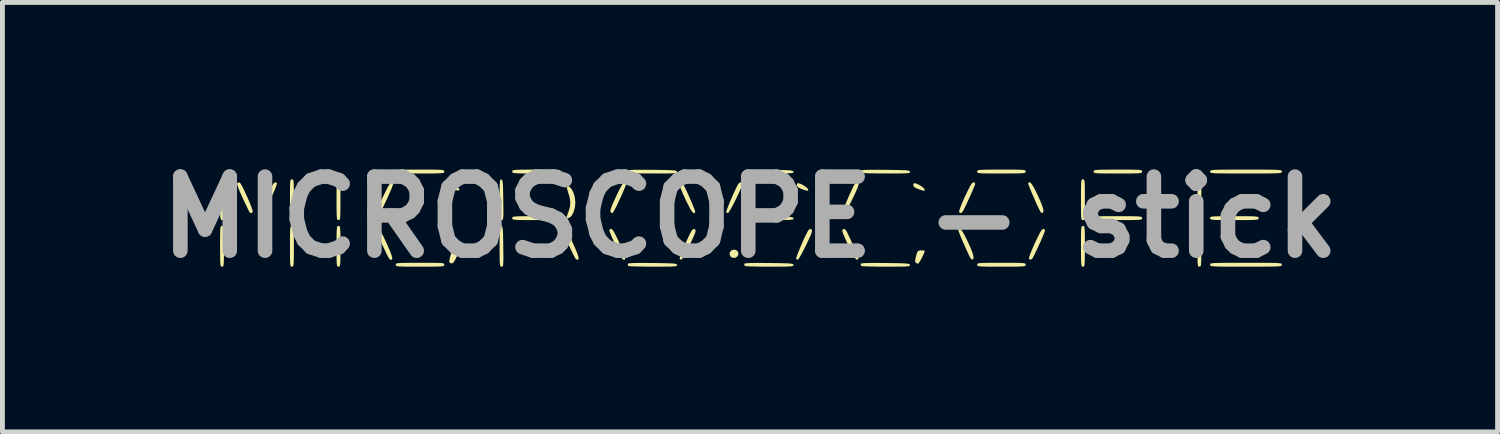
<source format=kicad_pcb>
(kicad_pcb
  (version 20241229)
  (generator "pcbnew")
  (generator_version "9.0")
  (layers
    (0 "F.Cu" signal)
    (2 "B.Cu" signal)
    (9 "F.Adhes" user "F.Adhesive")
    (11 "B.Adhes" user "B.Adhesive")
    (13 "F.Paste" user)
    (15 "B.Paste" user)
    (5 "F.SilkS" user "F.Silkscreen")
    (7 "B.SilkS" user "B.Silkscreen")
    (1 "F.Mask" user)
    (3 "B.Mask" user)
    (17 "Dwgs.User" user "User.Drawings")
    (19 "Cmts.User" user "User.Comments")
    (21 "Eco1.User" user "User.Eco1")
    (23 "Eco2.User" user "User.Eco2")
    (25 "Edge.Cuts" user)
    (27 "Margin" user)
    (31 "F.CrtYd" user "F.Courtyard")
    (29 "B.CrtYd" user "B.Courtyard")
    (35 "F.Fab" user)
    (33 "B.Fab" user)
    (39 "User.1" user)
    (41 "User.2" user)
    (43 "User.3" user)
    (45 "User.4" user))
  (footprint "MICROSCOPE - stick"
    (layer "F.Cu")
    (at 12.381 1.418)
    (property "Reference" "MICROSCOPE - stick" (at 0 0 0) (layer "F.Fab") (effects (font (size 1.524 1.524) (thickness 0.3))))
    (attr board_only exclude_from_pos_files exclude_from_bom)
    (fp_poly (pts (xy -0.287 0.676) (xy -0.248 0.711) (xy -0.239 0.757) (xy -0.255 0.801) (xy -0.293 0.832) (xy -0.329 0.839) (xy -0.375 0.828) (xy -0.395 0.815) (xy -0.421 0.768) (xy -0.415 0.722) (xy -0.385 0.685) (xy -0.338 0.667)) (stroke (width 0) (type solid)) (fill yes) (layer "F.SilkS"))
    (fp_poly (pts (xy -6.171 -0.688) (xy -6.122 -0.67) (xy -6.067 -0.643) (xy -6.017 -0.612) (xy -5.984 -0.585) (xy -5.977 -0.57) (xy -5.991 -0.552) (xy -6.022 -0.549) (xy -6.076 -0.564) (xy -6.125 -0.582) (xy -6.192 -0.614) (xy -6.226 -0.646) (xy -6.227 -0.674) (xy -6.201 -0.691)) (stroke (width 0) (type solid)) (fill yes) (layer "F.SilkS"))
    (fp_poly (pts (xy 1.032 -0.689) (xy 1.086 -0.663) (xy 1.139 -0.629) (xy 1.181 -0.595) (xy 1.198 -0.569) (xy 1.198 -0.568) (xy 1.196 -0.55) (xy 1.184 -0.543) (xy 1.155 -0.548) (xy 1.1 -0.566) (xy 1.068 -0.577) (xy 1.003 -0.606) (xy 0.97 -0.635) (xy 0.962 -0.656) (xy 0.967 -0.691) (xy 0.99 -0.699)) (stroke (width 0) (type solid)) (fill yes) (layer "F.SilkS"))
    (fp_poly (pts (xy 3.428 -0.689) (xy 3.482 -0.663) (xy 3.536 -0.629) (xy 3.577 -0.595) (xy 3.594 -0.569) (xy 3.594 -0.568) (xy 3.592 -0.55) (xy 3.581 -0.543) (xy 3.551 -0.548) (xy 3.496 -0.566) (xy 3.465 -0.577) (xy 3.399 -0.606) (xy 3.366 -0.635) (xy 3.358 -0.656) (xy 3.363 -0.691) (xy 3.387 -0.699)) (stroke (width 0) (type solid)) (fill yes) (layer "F.SilkS"))
    (fp_poly (pts (xy -6.018 0.682) (xy -5.997 0.695) (xy -5.998 0.726) (xy -6.019 0.78) (xy -6.047 0.838) (xy -6.083 0.905) (xy -6.111 0.941) (xy -6.138 0.952) (xy -6.165 0.945) (xy -6.183 0.932) (xy -6.189 0.906) (xy -6.181 0.86) (xy -6.16 0.784) (xy -6.16 0.782) (xy -6.14 0.723) (xy -6.122 0.692) (xy -6.095 0.68) (xy -6.06 0.679)) (stroke (width 0) (type solid)) (fill yes) (layer "F.SilkS"))
    (fp_poly (pts (xy 3.571 0.684) (xy 3.594 0.695) (xy 3.594 0.698) (xy 3.586 0.728) (xy 3.564 0.778) (xy 3.535 0.837) (xy 3.504 0.894) (xy 3.477 0.938) (xy 3.46 0.958) (xy 3.459 0.958) (xy 3.431 0.948) (xy 3.415 0.939) (xy 3.4 0.924) (xy 3.396 0.899) (xy 3.404 0.853) (xy 3.415 0.805) (xy 3.433 0.74) (xy 3.449 0.705) (xy 3.473 0.689) (xy 3.512 0.683) (xy 3.519 0.683)) (stroke (width 0) (type solid)) (fill yes) (layer "F.SilkS"))
    (fp_poly (pts (xy -3.718 -0.627) (xy -3.67 -0.578) (xy -3.631 -0.5) (xy -3.604 -0.404) (xy -3.594 -0.3) (xy -3.603 -0.202) (xy -3.627 -0.113) (xy -3.662 -0.041) (xy -3.704 0.005) (xy -3.732 0.016) (xy -3.765 0.015) (xy -3.774 0.006) (xy -3.767 -0.02) (xy -3.75 -0.071) (xy -3.734 -0.115) (xy -3.703 -0.221) (xy -3.697 -0.321) (xy -3.716 -0.428) (xy -3.738 -0.494) (xy -3.762 -0.575) (xy -3.767 -0.623) (xy -3.751 -0.639)) (stroke (width 0) (type solid)) (fill yes) (layer "F.SilkS"))
    (fp_poly (pts (xy 4.329 0.246) (xy 4.361 0.28) (xy 4.4 0.345) (xy 4.451 0.444) (xy 4.475 0.494) (xy 4.537 0.629) (xy 4.577 0.731) (xy 4.597 0.805) (xy 4.598 0.851) (xy 4.579 0.873) (xy 4.552 0.864) (xy 4.535 0.843) (xy 4.502 0.778) (xy 4.464 0.696) (xy 4.422 0.605) (xy 4.381 0.511) (xy 4.343 0.422) (xy 4.313 0.346) (xy 4.292 0.289) (xy 4.284 0.26) (xy 4.284 0.258) (xy 4.305 0.239)) (stroke (width 0) (type solid)) (fill yes) (layer "F.SilkS"))
    (fp_poly (pts (xy 5.767 -0.713) (xy 5.798 -0.678) (xy 5.838 -0.613) (xy 5.889 -0.514) (xy 5.913 -0.464) (xy 5.974 -0.33) (xy 6.015 -0.227) (xy 6.035 -0.154) (xy 6.035 -0.107) (xy 6.017 -0.086) (xy 5.99 -0.094) (xy 5.973 -0.115) (xy 5.94 -0.18) (xy 5.901 -0.262) (xy 5.86 -0.354) (xy 5.819 -0.448) (xy 5.781 -0.537) (xy 5.75 -0.613) (xy 5.729 -0.669) (xy 5.722 -0.698) (xy 5.722 -0.7) (xy 5.742 -0.719)) (stroke (width 0) (type solid)) (fill yes) (layer "F.SilkS"))
    (fp_poly (pts (xy 8.249 -0.63) (xy 8.276 -0.607) (xy 8.337 -0.519) (xy 8.373 -0.411) (xy 8.383 -0.292) (xy 8.365 -0.172) (xy 8.321 -0.063) (xy 8.303 -0.035) (xy 8.266 0.004) (xy 8.232 0.019) (xy 8.211 0.009) (xy 8.207 -0.007) (xy 8.214 -0.042) (xy 8.23 -0.097) (xy 8.239 -0.122) (xy 8.264 -0.233) (xy 8.268 -0.351) (xy 8.249 -0.46) (xy 8.239 -0.488) (xy 8.214 -0.562) (xy 8.208 -0.612) (xy 8.22 -0.636)) (stroke (width 0) (type solid)) (fill yes) (layer "F.SilkS"))
    (fp_poly (pts (xy -1.384 -0.694) (xy -1.359 -0.649) (xy -1.325 -0.581) (xy -1.286 -0.498) (xy -1.245 -0.407) (xy -1.206 -0.316) (xy -1.171 -0.233) (xy -1.144 -0.165) (xy -1.129 -0.12) (xy -1.127 -0.106) (xy -1.143 -0.082) (xy -1.165 -0.085) (xy -1.195 -0.117) (xy -1.234 -0.179) (xy -1.284 -0.276) (xy -1.325 -0.36) (xy -1.371 -0.46) (xy -1.41 -0.549) (xy -1.439 -0.621) (xy -1.455 -0.668) (xy -1.458 -0.68) (xy -1.444 -0.711) (xy -1.414 -0.717)) (stroke (width 0) (type solid)) (fill yes) (layer "F.SilkS"))
    (fp_poly (pts (xy 1.97 0.265) (xy 1.996 0.31) (xy 2.029 0.378) (xy 2.068 0.461) (xy 2.109 0.552) (xy 2.149 0.643) (xy 2.184 0.726) (xy 2.211 0.794) (xy 2.226 0.839) (xy 2.228 0.852) (xy 2.212 0.876) (xy 2.19 0.873) (xy 2.16 0.842) (xy 2.121 0.779) (xy 2.071 0.683) (xy 2.03 0.598) (xy 1.984 0.498) (xy 1.945 0.409) (xy 1.916 0.338) (xy 1.899 0.291) (xy 1.897 0.279) (xy 1.911 0.247) (xy 1.941 0.241)) (stroke (width 0) (type solid)) (fill yes) (layer "F.SilkS"))
    (fp_poly (pts (xy -9.738 -0.703) (xy -9.734 -0.693) (xy -9.739 -0.669) (xy -9.758 -0.617) (xy -9.787 -0.544) (xy -9.824 -0.457) (xy -9.864 -0.366) (xy -9.905 -0.276) (xy -9.943 -0.196) (xy -9.974 -0.134) (xy -9.991 -0.105) (xy -10.021 -0.081) (xy -10.049 -0.095) (xy -10.057 -0.111) (xy -10.06 -0.127) (xy -10.055 -0.154) (xy -10.042 -0.194) (xy -10.018 -0.253) (xy -9.981 -0.335) (xy -9.931 -0.446) (xy -9.885 -0.544) (xy -9.835 -0.641) (xy -9.794 -0.7) (xy -9.762 -0.721)) (stroke (width 0) (type solid)) (fill yes) (layer "F.SilkS"))
    (fp_poly (pts (xy -7.632 0.249) (xy -7.608 0.278) (xy -7.576 0.333) (xy -7.533 0.417) (xy -7.48 0.531) (xy -7.424 0.656) (xy -7.386 0.75) (xy -7.365 0.815) (xy -7.361 0.856) (xy -7.371 0.875) (xy -7.385 0.879) (xy -7.413 0.865) (xy -7.424 0.854) (xy -7.442 0.823) (xy -7.472 0.766) (xy -7.509 0.689) (xy -7.55 0.601) (xy -7.591 0.509) (xy -7.629 0.422) (xy -7.661 0.348) (xy -7.681 0.295) (xy -7.688 0.271) (xy -7.671 0.245) (xy -7.651 0.24)) (stroke (width 0) (type solid)) (fill yes) (layer "F.SilkS"))
    (fp_poly (pts (xy -7.347 -0.711) (xy -7.339 -0.7) (xy -7.343 -0.676) (xy -7.362 -0.624) (xy -7.391 -0.551) (xy -7.429 -0.465) (xy -7.47 -0.373) (xy -7.513 -0.283) (xy -7.553 -0.201) (xy -7.587 -0.136) (xy -7.612 -0.096) (xy -7.622 -0.085) (xy -7.651 -0.092) (xy -7.658 -0.1) (xy -7.665 -0.12) (xy -7.663 -0.15) (xy -7.65 -0.194) (xy -7.625 -0.258) (xy -7.585 -0.348) (xy -7.529 -0.466) (xy -7.474 -0.579) (xy -7.43 -0.657) (xy -7.396 -0.704) (xy -7.369 -0.72)) (stroke (width 0) (type solid)) (fill yes) (layer "F.SilkS"))
    (fp_poly (pts (xy -3.798 0.249) (xy -3.774 0.278) (xy -3.742 0.333) (xy -3.699 0.417) (xy -3.646 0.531) (xy -3.59 0.656) (xy -3.552 0.75) (xy -3.531 0.815) (xy -3.527 0.856) (xy -3.537 0.875) (xy -3.551 0.879) (xy -3.579 0.865) (xy -3.59 0.854) (xy -3.608 0.823) (xy -3.638 0.766) (xy -3.675 0.689) (xy -3.716 0.601) (xy -3.757 0.509) (xy -3.795 0.422) (xy -3.827 0.348) (xy -3.847 0.295) (xy -3.854 0.271) (xy -3.837 0.245) (xy -3.817 0.24)) (stroke (width 0) (type solid)) (fill yes) (layer "F.SilkS"))
    (fp_poly (pts (xy -2.839 0.249) (xy -2.815 0.278) (xy -2.783 0.333) (xy -2.741 0.417) (xy -2.687 0.531) (xy -2.631 0.656) (xy -2.593 0.75) (xy -2.573 0.815) (xy -2.568 0.856) (xy -2.579 0.875) (xy -2.593 0.879) (xy -2.62 0.865) (xy -2.631 0.854) (xy -2.65 0.823) (xy -2.679 0.766) (xy -2.716 0.689) (xy -2.757 0.601) (xy -2.799 0.509) (xy -2.837 0.422) (xy -2.868 0.348) (xy -2.889 0.295) (xy -2.895 0.271) (xy -2.879 0.245) (xy -2.858 0.24)) (stroke (width 0) (type solid)) (fill yes) (layer "F.SilkS"))
    (fp_poly (pts (xy -2.555 -0.711) (xy -2.547 -0.7) (xy -2.551 -0.676) (xy -2.569 -0.624) (xy -2.599 -0.551) (xy -2.636 -0.465) (xy -2.678 -0.373) (xy -2.72 -0.283) (xy -2.76 -0.201) (xy -2.795 -0.136) (xy -2.819 -0.096) (xy -2.829 -0.085) (xy -2.859 -0.092) (xy -2.866 -0.1) (xy -2.872 -0.12) (xy -2.87 -0.15) (xy -2.857 -0.194) (xy -2.832 -0.258) (xy -2.792 -0.348) (xy -2.737 -0.466) (xy -2.682 -0.579) (xy -2.638 -0.657) (xy -2.604 -0.704) (xy -2.577 -0.72)) (stroke (width 0) (type solid)) (fill yes) (layer "F.SilkS"))
    (fp_poly (pts (xy 4.627 -0.705) (xy 4.633 -0.688) (xy 4.625 -0.66) (xy 4.603 -0.604) (xy 4.571 -0.528) (xy 4.532 -0.44) (xy 4.49 -0.349) (xy 4.45 -0.261) (xy 4.413 -0.186) (xy 4.385 -0.131) (xy 4.369 -0.105) (xy 4.335 -0.081) (xy 4.308 -0.096) (xy 4.301 -0.109) (xy 4.305 -0.137) (xy 4.324 -0.193) (xy 4.355 -0.272) (xy 4.396 -0.366) (xy 4.424 -0.429) (xy 4.48 -0.545) (xy 4.522 -0.628) (xy 4.555 -0.682) (xy 4.579 -0.711) (xy 4.596 -0.719)) (stroke (width 0) (type solid)) (fill yes) (layer "F.SilkS"))
    (fp_poly (pts (xy 6.064 0.254) (xy 6.07 0.271) (xy 6.062 0.299) (xy 6.04 0.355) (xy 6.008 0.43) (xy 5.97 0.518) (xy 5.928 0.61) (xy 5.887 0.697) (xy 5.851 0.772) (xy 5.822 0.828) (xy 5.806 0.854) (xy 5.773 0.877) (xy 5.745 0.863) (xy 5.738 0.849) (xy 5.743 0.822) (xy 5.762 0.766) (xy 5.793 0.687) (xy 5.834 0.593) (xy 5.862 0.53) (xy 5.918 0.413) (xy 5.96 0.33) (xy 5.993 0.276) (xy 6.017 0.247) (xy 6.034 0.24)) (stroke (width 0) (type solid)) (fill yes) (layer "F.SilkS"))
    (fp_poly (pts (xy -10.5 -0.713) (xy -10.481 -0.691) (xy -10.451 -0.64) (xy -10.414 -0.567) (xy -10.373 -0.48) (xy -10.332 -0.388) (xy -10.293 -0.297) (xy -10.261 -0.216) (xy -10.239 -0.153) (xy -10.23 -0.116) (xy -10.231 -0.111) (xy -10.255 -0.082) (xy -10.286 -0.092) (xy -10.297 -0.105) (xy -10.312 -0.131) (xy -10.34 -0.187) (xy -10.377 -0.264) (xy -10.421 -0.357) (xy -10.443 -0.405) (xy -10.495 -0.521) (xy -10.53 -0.605) (xy -10.548 -0.662) (xy -10.552 -0.694) (xy -10.548 -0.702) (xy -10.514 -0.716)) (stroke (width 0) (type solid)) (fill yes) (layer "F.SilkS"))
    (fp_poly (pts (xy -1.13 0.25) (xy -1.119 0.285) (xy -1.128 0.318) (xy -1.152 0.378) (xy -1.186 0.455) (xy -1.227 0.543) (xy -1.272 0.633) (xy -1.316 0.719) (xy -1.356 0.793) (xy -1.388 0.847) (xy -1.409 0.873) (xy -1.411 0.874) (xy -1.441 0.866) (xy -1.448 0.858) (xy -1.444 0.834) (xy -1.427 0.782) (xy -1.399 0.71) (xy -1.363 0.624) (xy -1.324 0.532) (xy -1.284 0.443) (xy -1.247 0.364) (xy -1.215 0.302) (xy -1.193 0.265) (xy -1.193 0.265) (xy -1.159 0.241)) (stroke (width 0) (type solid)) (fill yes) (layer "F.SilkS"))
    (fp_poly (pts (xy -0.171 -0.709) (xy -0.161 -0.674) (xy -0.17 -0.64) (xy -0.193 -0.581) (xy -0.227 -0.503) (xy -0.269 -0.416) (xy -0.313 -0.325) (xy -0.357 -0.239) (xy -0.397 -0.166) (xy -0.43 -0.112) (xy -0.45 -0.085) (xy -0.452 -0.084) (xy -0.483 -0.092) (xy -0.49 -0.1) (xy -0.486 -0.124) (xy -0.468 -0.176) (xy -0.44 -0.249) (xy -0.405 -0.335) (xy -0.365 -0.426) (xy -0.325 -0.515) (xy -0.288 -0.595) (xy -0.257 -0.656) (xy -0.235 -0.693) (xy -0.234 -0.694) (xy -0.2 -0.718)) (stroke (width 0) (type solid)) (fill yes) (layer "F.SilkS"))
    (fp_poly (pts (xy 1.266 0.25) (xy 1.277 0.285) (xy 1.268 0.318) (xy 1.245 0.378) (xy 1.21 0.455) (xy 1.169 0.543) (xy 1.124 0.633) (xy 1.08 0.719) (xy 1.04 0.793) (xy 1.008 0.847) (xy 0.988 0.873) (xy 0.985 0.874) (xy 0.955 0.866) (xy 0.948 0.858) (xy 0.952 0.834) (xy 0.97 0.782) (xy 0.998 0.71) (xy 1.033 0.624) (xy 1.072 0.532) (xy 1.112 0.443) (xy 1.15 0.364) (xy 1.181 0.302) (xy 1.203 0.265) (xy 1.204 0.265) (xy 1.237 0.241)) (stroke (width 0) (type solid)) (fill yes) (layer "F.SilkS"))
    (fp_poly (pts (xy 2.225 -0.709) (xy 2.235 -0.674) (xy 2.227 -0.64) (xy 2.203 -0.581) (xy 2.169 -0.503) (xy 2.128 -0.416) (xy 2.083 -0.325) (xy 2.039 -0.239) (xy 1.999 -0.166) (xy 1.967 -0.112) (xy 1.946 -0.085) (xy 1.944 -0.084) (xy 1.914 -0.092) (xy 1.907 -0.1) (xy 1.91 -0.124) (xy 1.928 -0.176) (xy 1.956 -0.249) (xy 1.992 -0.335) (xy 2.031 -0.426) (xy 2.071 -0.515) (xy 2.108 -0.595) (xy 2.139 -0.656) (xy 2.161 -0.693) (xy 2.162 -0.694) (xy 2.196 -0.718)) (stroke (width 0) (type solid)) (fill yes) (layer "F.SilkS"))
    (fp_poly (pts (xy -10.85 -0.777) (xy -10.84 -0.769) (xy -10.833 -0.75) (xy -10.828 -0.714) (xy -10.825 -0.657) (xy -10.824 -0.574) (xy -10.823 -0.458) (xy -10.823 -0.359) (xy -10.823 -0.22) (xy -10.824 -0.115) (xy -10.826 -0.041) (xy -10.829 0.009) (xy -10.835 0.039) (xy -10.842 0.054) (xy -10.853 0.059) (xy -10.863 0.06) (xy -10.876 0.058) (xy -10.886 0.051) (xy -10.893 0.031) (xy -10.898 -0.005) (xy -10.901 -0.062) (xy -10.902 -0.145) (xy -10.903 -0.26) (xy -10.903 -0.359) (xy -10.903 -0.499) (xy -10.902 -0.603) (xy -10.9 -0.678) (xy -10.897 -0.728) (xy -10.891 -0.758) (xy -10.883 -0.773) (xy -10.872 -0.778) (xy -10.863 -0.779)) (stroke (width 0) (type solid)) (fill yes) (layer "F.SilkS"))
    (fp_poly (pts (xy -10.85 0.181) (xy -10.84 0.189) (xy -10.833 0.208) (xy -10.828 0.244) (xy -10.825 0.301) (xy -10.824 0.385) (xy -10.823 0.5) (xy -10.823 0.599) (xy -10.823 0.739) (xy -10.824 0.843) (xy -10.826 0.918) (xy -10.829 0.967) (xy -10.835 0.997) (xy -10.842 1.013) (xy -10.853 1.018) (xy -10.863 1.018) (xy -10.876 1.017) (xy -10.886 1.009) (xy -10.893 0.99) (xy -10.898 0.954) (xy -10.901 0.897) (xy -10.902 0.813) (xy -10.903 0.698) (xy -10.903 0.599) (xy -10.903 0.46) (xy -10.902 0.355) (xy -10.9 0.28) (xy -10.897 0.231) (xy -10.891 0.201) (xy -10.883 0.186) (xy -10.872 0.18) (xy -10.863 0.18)) (stroke (width 0) (type solid)) (fill yes) (layer "F.SilkS"))
    (fp_poly (pts (xy -9.412 -0.777) (xy -9.402 -0.769) (xy -9.395 -0.75) (xy -9.39 -0.714) (xy -9.387 -0.657) (xy -9.386 -0.574) (xy -9.385 -0.458) (xy -9.385 -0.359) (xy -9.385 -0.22) (xy -9.386 -0.115) (xy -9.388 -0.041) (xy -9.391 0.009) (xy -9.397 0.039) (xy -9.405 0.054) (xy -9.416 0.059) (xy -9.425 0.06) (xy -9.438 0.058) (xy -9.448 0.051) (xy -9.456 0.031) (xy -9.46 -0.005) (xy -9.463 -0.062) (xy -9.465 -0.145) (xy -9.465 -0.26) (xy -9.465 -0.359) (xy -9.465 -0.499) (xy -9.464 -0.603) (xy -9.462 -0.678) (xy -9.459 -0.728) (xy -9.454 -0.758) (xy -9.446 -0.773) (xy -9.435 -0.778) (xy -9.425 -0.779)) (stroke (width 0) (type solid)) (fill yes) (layer "F.SilkS"))
    (fp_poly (pts (xy -9.412 0.181) (xy -9.402 0.189) (xy -9.395 0.208) (xy -9.39 0.244) (xy -9.387 0.301) (xy -9.386 0.385) (xy -9.385 0.5) (xy -9.385 0.599) (xy -9.385 0.739) (xy -9.386 0.843) (xy -9.388 0.918) (xy -9.391 0.967) (xy -9.397 0.997) (xy -9.405 1.013) (xy -9.416 1.018) (xy -9.425 1.018) (xy -9.438 1.017) (xy -9.448 1.009) (xy -9.456 0.99) (xy -9.46 0.954) (xy -9.463 0.897) (xy -9.465 0.813) (xy -9.465 0.698) (xy -9.465 0.599) (xy -9.465 0.46) (xy -9.464 0.355) (xy -9.462 0.28) (xy -9.459 0.231) (xy -9.454 0.201) (xy -9.446 0.186) (xy -9.435 0.18) (xy -9.425 0.18)) (stroke (width 0) (type solid)) (fill yes) (layer "F.SilkS"))
    (fp_poly (pts (xy -8.453 -0.777) (xy -8.443 -0.769) (xy -8.436 -0.75) (xy -8.432 -0.714) (xy -8.429 -0.657) (xy -8.427 -0.574) (xy -8.427 -0.458) (xy -8.427 -0.359) (xy -8.427 -0.22) (xy -8.428 -0.115) (xy -8.429 -0.041) (xy -8.433 0.009) (xy -8.438 0.039) (xy -8.446 0.054) (xy -8.457 0.059) (xy -8.467 0.06) (xy -8.48 0.058) (xy -8.49 0.051) (xy -8.497 0.031) (xy -8.502 -0.005) (xy -8.505 -0.062) (xy -8.506 -0.145) (xy -8.507 -0.26) (xy -8.507 -0.359) (xy -8.506 -0.499) (xy -8.506 -0.603) (xy -8.504 -0.678) (xy -8.5 -0.728) (xy -8.495 -0.758) (xy -8.487 -0.773) (xy -8.476 -0.778) (xy -8.467 -0.779)) (stroke (width 0) (type solid)) (fill yes) (layer "F.SilkS"))
    (fp_poly (pts (xy -8.453 0.181) (xy -8.443 0.189) (xy -8.436 0.208) (xy -8.432 0.244) (xy -8.429 0.301) (xy -8.427 0.385) (xy -8.427 0.5) (xy -8.427 0.599) (xy -8.427 0.739) (xy -8.428 0.843) (xy -8.429 0.918) (xy -8.433 0.967) (xy -8.438 0.997) (xy -8.446 1.013) (xy -8.457 1.018) (xy -8.467 1.018) (xy -8.48 1.017) (xy -8.49 1.009) (xy -8.497 0.99) (xy -8.502 0.954) (xy -8.505 0.897) (xy -8.506 0.813) (xy -8.507 0.698) (xy -8.507 0.599) (xy -8.506 0.46) (xy -8.506 0.355) (xy -8.504 0.28) (xy -8.5 0.231) (xy -8.495 0.201) (xy -8.487 0.186) (xy -8.476 0.18) (xy -8.467 0.18)) (stroke (width 0) (type solid)) (fill yes) (layer "F.SilkS"))
    (fp_poly (pts (xy -5.117 -0.775) (xy -5.105 -0.77) (xy -5.096 -0.755) (xy -5.09 -0.727) (xy -5.085 -0.68) (xy -5.081 -0.608) (xy -5.079 -0.508) (xy -5.077 -0.373) (xy -5.077 -0.354) (xy -5.075 -0.216) (xy -5.074 -0.112) (xy -5.075 -0.038) (xy -5.078 0.01) (xy -5.083 0.04) (xy -5.091 0.054) (xy -5.102 0.059) (xy -5.112 0.06) (xy -5.125 0.058) (xy -5.135 0.051) (xy -5.142 0.032) (xy -5.147 -0.003) (xy -5.15 -0.06) (xy -5.151 -0.142) (xy -5.152 -0.256) (xy -5.152 -0.361) (xy -5.152 -0.501) (xy -5.151 -0.606) (xy -5.149 -0.681) (xy -5.145 -0.73) (xy -5.14 -0.759) (xy -5.132 -0.773) (xy -5.121 -0.776)) (stroke (width 0) (type solid)) (fill yes) (layer "F.SilkS"))
    (fp_poly (pts (xy -5.117 0.184) (xy -5.105 0.189) (xy -5.096 0.203) (xy -5.09 0.231) (xy -5.085 0.279) (xy -5.081 0.35) (xy -5.079 0.451) (xy -5.077 0.586) (xy -5.077 0.604) (xy -5.075 0.743) (xy -5.074 0.846) (xy -5.075 0.92) (xy -5.078 0.969) (xy -5.083 0.998) (xy -5.091 1.013) (xy -5.102 1.018) (xy -5.112 1.018) (xy -5.125 1.017) (xy -5.135 1.009) (xy -5.142 0.99) (xy -5.147 0.955) (xy -5.15 0.899) (xy -5.151 0.816) (xy -5.152 0.702) (xy -5.152 0.598) (xy -5.152 0.458) (xy -5.151 0.353) (xy -5.149 0.278) (xy -5.145 0.228) (xy -5.14 0.199) (xy -5.132 0.186) (xy -5.121 0.183)) (stroke (width 0) (type solid)) (fill yes) (layer "F.SilkS"))
    (fp_poly (pts (xy -2.163 -0.975) (xy -2.012 -0.974) (xy -1.857 -0.972) (xy -1.737 -0.97) (xy -1.647 -0.967) (xy -1.584 -0.964) (xy -1.543 -0.959) (xy -1.518 -0.952) (xy -1.506 -0.944) (xy -1.501 -0.934) (xy -1.502 -0.923) (xy -1.51 -0.914) (xy -1.532 -0.908) (xy -1.57 -0.904) (xy -1.63 -0.901) (xy -1.717 -0.899) (xy -1.835 -0.899) (xy -1.987 -0.899) (xy -1.992 -0.899) (xy -2.129 -0.899) (xy -2.253 -0.901) (xy -2.358 -0.903) (xy -2.438 -0.906) (xy -2.488 -0.909) (xy -2.503 -0.912) (xy -2.515 -0.942) (xy -2.516 -0.952) (xy -2.51 -0.961) (xy -2.488 -0.967) (xy -2.446 -0.971) (xy -2.381 -0.974) (xy -2.288 -0.975)) (stroke (width 0) (type solid)) (fill yes) (layer "F.SilkS"))
    (fp_poly (pts (xy -2.163 0.942) (xy -2.012 0.943) (xy -1.857 0.945) (xy -1.737 0.947) (xy -1.647 0.95) (xy -1.584 0.953) (xy -1.543 0.958) (xy -1.518 0.965) (xy -1.506 0.973) (xy -1.501 0.983) (xy -1.502 0.994) (xy -1.51 1.003) (xy -1.532 1.009) (xy -1.57 1.013) (xy -1.63 1.016) (xy -1.717 1.017) (xy -1.835 1.018) (xy -1.987 1.018) (xy -1.992 1.018) (xy -2.129 1.018) (xy -2.253 1.016) (xy -2.358 1.014) (xy -2.438 1.011) (xy -2.488 1.008) (xy -2.503 1.005) (xy -2.515 0.975) (xy -2.516 0.965) (xy -2.51 0.956) (xy -2.488 0.95) (xy -2.446 0.946) (xy -2.381 0.943) (xy -2.288 0.942)) (stroke (width 0) (type solid)) (fill yes) (layer "F.SilkS"))
    (fp_poly (pts (xy 0.233 -0.975) (xy 0.384 -0.974) (xy 0.54 -0.972) (xy 0.66 -0.97) (xy 0.749 -0.967) (xy 0.812 -0.964) (xy 0.854 -0.959) (xy 0.878 -0.952) (xy 0.89 -0.944) (xy 0.895 -0.934) (xy 0.895 -0.923) (xy 0.886 -0.914) (xy 0.865 -0.908) (xy 0.826 -0.904) (xy 0.766 -0.901) (xy 0.679 -0.899) (xy 0.562 -0.899) (xy 0.409 -0.899) (xy 0.404 -0.899) (xy 0.267 -0.899) (xy 0.143 -0.901) (xy 0.039 -0.903) (xy -0.042 -0.906) (xy -0.092 -0.909) (xy -0.106 -0.912) (xy -0.119 -0.942) (xy -0.12 -0.952) (xy -0.113 -0.961) (xy -0.092 -0.967) (xy -0.05 -0.971) (xy 0.015 -0.974) (xy 0.108 -0.975)) (stroke (width 0) (type solid)) (fill yes) (layer "F.SilkS"))
    (fp_poly (pts (xy 0.233 -0.017) (xy 0.384 -0.015) (xy 0.54 -0.013) (xy 0.66 -0.011) (xy 0.749 -0.009) (xy 0.812 -0.005) (xy 0.854 -0.000321) (xy 0.878 0.006) (xy 0.89 0.015) (xy 0.895 0.025) (xy 0.895 0.036) (xy 0.886 0.044) (xy 0.865 0.05) (xy 0.826 0.055) (xy 0.766 0.057) (xy 0.679 0.059) (xy 0.562 0.06) (xy 0.409 0.06) (xy 0.404 0.06) (xy 0.267 0.059) (xy 0.143 0.058) (xy 0.039 0.056) (xy -0.042 0.053) (xy -0.092 0.049) (xy -0.106 0.047) (xy -0.119 0.016) (xy -0.12 0.006) (xy -0.113 -0.002) (xy -0.092 -0.008) (xy -0.05 -0.013) (xy 0.015 -0.016) (xy 0.108 -0.017)) (stroke (width 0) (type solid)) (fill yes) (layer "F.SilkS"))
    (fp_poly (pts (xy 0.233 0.942) (xy 0.384 0.943) (xy 0.54 0.945) (xy 0.66 0.947) (xy 0.749 0.95) (xy 0.812 0.953) (xy 0.854 0.958) (xy 0.878 0.965) (xy 0.89 0.973) (xy 0.895 0.983) (xy 0.895 0.994) (xy 0.886 1.003) (xy 0.865 1.009) (xy 0.826 1.013) (xy 0.766 1.016) (xy 0.679 1.017) (xy 0.562 1.018) (xy 0.409 1.018) (xy 0.404 1.018) (xy 0.267 1.018) (xy 0.143 1.016) (xy 0.039 1.014) (xy -0.042 1.011) (xy -0.092 1.008) (xy -0.106 1.005) (xy -0.119 0.975) (xy -0.12 0.965) (xy -0.113 0.956) (xy -0.092 0.95) (xy -0.05 0.946) (xy 0.015 0.943) (xy 0.108 0.942)) (stroke (width 0) (type solid)) (fill yes) (layer "F.SilkS"))
    (fp_poly (pts (xy 2.629 -0.975) (xy 2.78 -0.974) (xy 2.936 -0.972) (xy 3.056 -0.97) (xy 3.145 -0.967) (xy 3.208 -0.964) (xy 3.25 -0.959) (xy 3.274 -0.952) (xy 3.287 -0.944) (xy 3.291 -0.934) (xy 3.291 -0.923) (xy 3.282 -0.914) (xy 3.261 -0.908) (xy 3.222 -0.904) (xy 3.162 -0.901) (xy 3.075 -0.899) (xy 2.958 -0.899) (xy 2.805 -0.899) (xy 2.8 -0.899) (xy 2.663 -0.899) (xy 2.54 -0.901) (xy 2.435 -0.903) (xy 2.355 -0.906) (xy 2.304 -0.909) (xy 2.29 -0.912) (xy 2.277 -0.942) (xy 2.276 -0.952) (xy 2.283 -0.961) (xy 2.305 -0.967) (xy 2.346 -0.971) (xy 2.411 -0.974) (xy 2.504 -0.975)) (stroke (width 0) (type solid)) (fill yes) (layer "F.SilkS"))
    (fp_poly (pts (xy 2.629 0.942) (xy 2.78 0.943) (xy 2.936 0.945) (xy 3.056 0.947) (xy 3.145 0.95) (xy 3.208 0.953) (xy 3.25 0.958) (xy 3.274 0.965) (xy 3.287 0.973) (xy 3.291 0.983) (xy 3.291 0.994) (xy 3.282 1.003) (xy 3.261 1.009) (xy 3.222 1.013) (xy 3.162 1.016) (xy 3.075 1.017) (xy 2.958 1.018) (xy 2.805 1.018) (xy 2.8 1.018) (xy 2.663 1.018) (xy 2.54 1.016) (xy 2.435 1.014) (xy 2.355 1.011) (xy 2.304 1.008) (xy 2.29 1.005) (xy 2.277 0.975) (xy 2.276 0.965) (xy 2.283 0.956) (xy 2.305 0.95) (xy 2.346 0.946) (xy 2.411 0.943) (xy 2.504 0.942)) (stroke (width 0) (type solid)) (fill yes) (layer "F.SilkS"))
    (fp_poly (pts (xy 6.862 -0.777) (xy 6.872 -0.769) (xy 6.88 -0.75) (xy 6.884 -0.714) (xy 6.887 -0.657) (xy 6.889 -0.574) (xy 6.889 -0.458) (xy 6.889 -0.359) (xy 6.889 -0.22) (xy 6.888 -0.115) (xy 6.886 -0.041) (xy 6.883 0.009) (xy 6.878 0.039) (xy 6.87 0.054) (xy 6.859 0.059) (xy 6.849 0.06) (xy 6.836 0.058) (xy 6.826 0.051) (xy 6.819 0.031) (xy 6.814 -0.005) (xy 6.811 -0.062) (xy 6.81 -0.145) (xy 6.809 -0.26) (xy 6.809 -0.359) (xy 6.809 -0.499) (xy 6.81 -0.603) (xy 6.812 -0.678) (xy 6.815 -0.728) (xy 6.821 -0.758) (xy 6.829 -0.773) (xy 6.84 -0.778) (xy 6.849 -0.779)) (stroke (width 0) (type solid)) (fill yes) (layer "F.SilkS"))
    (fp_poly (pts (xy 6.862 0.181) (xy 6.872 0.189) (xy 6.88 0.208) (xy 6.884 0.244) (xy 6.887 0.301) (xy 6.889 0.385) (xy 6.889 0.5) (xy 6.889 0.599) (xy 6.889 0.739) (xy 6.888 0.843) (xy 6.886 0.918) (xy 6.883 0.967) (xy 6.878 0.997) (xy 6.87 1.013) (xy 6.859 1.018) (xy 6.849 1.018) (xy 6.836 1.017) (xy 6.826 1.009) (xy 6.819 0.99) (xy 6.814 0.954) (xy 6.811 0.897) (xy 6.81 0.813) (xy 6.809 0.698) (xy 6.809 0.599) (xy 6.809 0.46) (xy 6.81 0.355) (xy 6.812 0.28) (xy 6.815 0.231) (xy 6.821 0.201) (xy 6.829 0.186) (xy 6.84 0.18) (xy 6.849 0.18)) (stroke (width 0) (type solid)) (fill yes) (layer "F.SilkS"))
    (fp_poly (pts (xy 9.259 -0.777) (xy 9.269 -0.769) (xy 9.276 -0.75) (xy 9.281 -0.714) (xy 9.283 -0.657) (xy 9.285 -0.574) (xy 9.285 -0.458) (xy 9.285 -0.359) (xy 9.285 -0.22) (xy 9.284 -0.115) (xy 9.283 -0.041) (xy 9.279 0.009) (xy 9.274 0.039) (xy 9.266 0.054) (xy 9.255 0.059) (xy 9.245 0.06) (xy 9.232 0.058) (xy 9.222 0.051) (xy 9.215 0.031) (xy 9.21 -0.005) (xy 9.208 -0.062) (xy 9.206 -0.145) (xy 9.206 -0.26) (xy 9.206 -0.359) (xy 9.206 -0.499) (xy 9.206 -0.603) (xy 9.208 -0.678) (xy 9.212 -0.728) (xy 9.217 -0.758) (xy 9.225 -0.773) (xy 9.236 -0.778) (xy 9.245 -0.779)) (stroke (width 0) (type solid)) (fill yes) (layer "F.SilkS"))
    (fp_poly (pts (xy 9.259 0.181) (xy 9.269 0.189) (xy 9.276 0.208) (xy 9.281 0.244) (xy 9.283 0.301) (xy 9.285 0.385) (xy 9.285 0.5) (xy 9.285 0.599) (xy 9.285 0.739) (xy 9.284 0.843) (xy 9.283 0.918) (xy 9.279 0.967) (xy 9.274 0.997) (xy 9.266 1.013) (xy 9.255 1.018) (xy 9.245 1.018) (xy 9.232 1.017) (xy 9.222 1.009) (xy 9.215 0.99) (xy 9.21 0.954) (xy 9.208 0.897) (xy 9.206 0.813) (xy 9.206 0.698) (xy 9.206 0.599) (xy 9.206 0.46) (xy 9.206 0.355) (xy 9.208 0.28) (xy 9.212 0.231) (xy 9.217 0.201) (xy 9.225 0.186) (xy 9.236 0.18) (xy 9.245 0.18)) (stroke (width 0) (type solid)) (fill yes) (layer "F.SilkS"))
    (fp_poly (pts (xy -6.636 -0.978) (xy -6.517 -0.978) (xy -6.429 -0.976) (xy -6.368 -0.974) (xy -6.328 -0.97) (xy -6.304 -0.964) (xy -6.293 -0.955) (xy -6.29 -0.944) (xy -6.29 -0.939) (xy -6.291 -0.926) (xy -6.298 -0.917) (xy -6.316 -0.91) (xy -6.348 -0.905) (xy -6.4 -0.902) (xy -6.476 -0.9) (xy -6.581 -0.899) (xy -6.719 -0.899) (xy -6.789 -0.899) (xy -6.943 -0.899) (xy -7.062 -0.899) (xy -7.149 -0.901) (xy -7.211 -0.903) (xy -7.251 -0.907) (xy -7.274 -0.913) (xy -7.285 -0.922) (xy -7.288 -0.933) (xy -7.289 -0.939) (xy -7.287 -0.951) (xy -7.28 -0.96) (xy -7.263 -0.967) (xy -7.23 -0.972) (xy -7.178 -0.975) (xy -7.102 -0.977) (xy -6.998 -0.978) (xy -6.859 -0.978) (xy -6.789 -0.978)) (stroke (width 0) (type solid)) (fill yes) (layer "F.SilkS"))
    (fp_poly (pts (xy -6.636 0.939) (xy -6.517 0.939) (xy -6.429 0.941) (xy -6.368 0.943) (xy -6.328 0.947) (xy -6.304 0.953) (xy -6.293 0.962) (xy -6.29 0.973) (xy -6.29 0.978) (xy -6.291 0.991) (xy -6.298 1) (xy -6.316 1.007) (xy -6.348 1.012) (xy -6.4 1.015) (xy -6.476 1.017) (xy -6.581 1.018) (xy -6.719 1.018) (xy -6.789 1.018) (xy -6.943 1.018) (xy -7.062 1.018) (xy -7.149 1.016) (xy -7.211 1.014) (xy -7.251 1.01) (xy -7.274 1.004) (xy -7.285 0.995) (xy -7.288 0.984) (xy -7.289 0.978) (xy -7.287 0.966) (xy -7.28 0.957) (xy -7.263 0.95) (xy -7.23 0.945) (xy -7.178 0.942) (xy -7.102 0.94) (xy -6.998 0.939) (xy -6.859 0.939) (xy -6.789 0.939)) (stroke (width 0) (type solid)) (fill yes) (layer "F.SilkS"))
    (fp_poly (pts (xy -4.239 -0.978) (xy -4.121 -0.978) (xy -4.033 -0.976) (xy -3.971 -0.974) (xy -3.931 -0.97) (xy -3.908 -0.964) (xy -3.897 -0.955) (xy -3.894 -0.944) (xy -3.894 -0.939) (xy -3.895 -0.926) (xy -3.902 -0.917) (xy -3.92 -0.91) (xy -3.952 -0.905) (xy -4.004 -0.902) (xy -4.08 -0.9) (xy -4.185 -0.899) (xy -4.323 -0.899) (xy -4.393 -0.899) (xy -4.547 -0.899) (xy -4.665 -0.899) (xy -4.753 -0.901) (xy -4.815 -0.903) (xy -4.855 -0.907) (xy -4.878 -0.913) (xy -4.889 -0.922) (xy -4.892 -0.933) (xy -4.892 -0.939) (xy -4.891 -0.951) (xy -4.884 -0.96) (xy -4.867 -0.967) (xy -4.834 -0.972) (xy -4.782 -0.975) (xy -4.706 -0.977) (xy -4.601 -0.978) (xy -4.463 -0.978) (xy -4.393 -0.978)) (stroke (width 0) (type solid)) (fill yes) (layer "F.SilkS"))
    (fp_poly (pts (xy -4.239 -0.02) (xy -4.121 -0.019) (xy -4.033 -0.018) (xy -3.971 -0.015) (xy -3.931 -0.011) (xy -3.908 -0.005) (xy -3.897 0.003) (xy -3.894 0.014) (xy -3.894 0.02) (xy -3.895 0.032) (xy -3.902 0.042) (xy -3.92 0.049) (xy -3.952 0.054) (xy -4.004 0.057) (xy -4.08 0.059) (xy -4.185 0.06) (xy -4.323 0.06) (xy -4.393 0.06) (xy -4.547 0.06) (xy -4.665 0.059) (xy -4.753 0.058) (xy -4.815 0.055) (xy -4.855 0.051) (xy -4.878 0.045) (xy -4.889 0.037) (xy -4.892 0.026) (xy -4.892 0.02) (xy -4.891 0.008) (xy -4.884 -0.002) (xy -4.867 -0.009) (xy -4.834 -0.014) (xy -4.782 -0.017) (xy -4.706 -0.019) (xy -4.601 -0.02) (xy -4.463 -0.02) (xy -4.393 -0.02)) (stroke (width 0) (type solid)) (fill yes) (layer "F.SilkS"))
    (fp_poly (pts (xy 5.326 -0.978) (xy 5.444 -0.978) (xy 5.532 -0.976) (xy 5.593 -0.974) (xy 5.634 -0.97) (xy 5.657 -0.964) (xy 5.668 -0.955) (xy 5.671 -0.944) (xy 5.671 -0.939) (xy 5.67 -0.926) (xy 5.663 -0.917) (xy 5.645 -0.91) (xy 5.613 -0.905) (xy 5.561 -0.902) (xy 5.485 -0.9) (xy 5.38 -0.899) (xy 5.242 -0.899) (xy 5.172 -0.899) (xy 5.018 -0.899) (xy 4.9 -0.899) (xy 4.812 -0.901) (xy 4.75 -0.903) (xy 4.71 -0.907) (xy 4.687 -0.913) (xy 4.676 -0.922) (xy 4.673 -0.933) (xy 4.673 -0.939) (xy 4.674 -0.951) (xy 4.681 -0.96) (xy 4.698 -0.967) (xy 4.731 -0.972) (xy 4.783 -0.975) (xy 4.859 -0.977) (xy 4.964 -0.978) (xy 5.102 -0.978) (xy 5.172 -0.978)) (stroke (width 0) (type solid)) (fill yes) (layer "F.SilkS"))
    (fp_poly (pts (xy 5.326 0.939) (xy 5.444 0.939) (xy 5.532 0.941) (xy 5.593 0.943) (xy 5.634 0.947) (xy 5.657 0.953) (xy 5.668 0.962) (xy 5.671 0.973) (xy 5.671 0.978) (xy 5.67 0.991) (xy 5.663 1) (xy 5.645 1.007) (xy 5.613 1.012) (xy 5.561 1.015) (xy 5.485 1.017) (xy 5.38 1.018) (xy 5.242 1.018) (xy 5.172 1.018) (xy 5.018 1.018) (xy 4.9 1.018) (xy 4.812 1.016) (xy 4.75 1.014) (xy 4.71 1.01) (xy 4.687 1.004) (xy 4.676 0.995) (xy 4.673 0.984) (xy 4.673 0.978) (xy 4.674 0.966) (xy 4.681 0.957) (xy 4.698 0.95) (xy 4.731 0.945) (xy 4.783 0.942) (xy 4.859 0.94) (xy 4.964 0.939) (xy 5.102 0.939) (xy 5.172 0.939)) (stroke (width 0) (type solid)) (fill yes) (layer "F.SilkS"))
    (fp_poly (pts (xy 7.722 -0.978) (xy 7.84 -0.978) (xy 7.928 -0.976) (xy 7.99 -0.974) (xy 8.03 -0.97) (xy 8.053 -0.964) (xy 8.064 -0.955) (xy 8.067 -0.944) (xy 8.067 -0.939) (xy 8.066 -0.926) (xy 8.059 -0.917) (xy 8.042 -0.91) (xy 8.009 -0.905) (xy 7.957 -0.902) (xy 7.881 -0.9) (xy 7.776 -0.899) (xy 7.638 -0.899) (xy 7.568 -0.899) (xy 7.414 -0.899) (xy 7.296 -0.899) (xy 7.208 -0.901) (xy 7.146 -0.903) (xy 7.106 -0.907) (xy 7.083 -0.913) (xy 7.072 -0.922) (xy 7.069 -0.933) (xy 7.069 -0.939) (xy 7.07 -0.951) (xy 7.077 -0.96) (xy 7.095 -0.967) (xy 7.127 -0.972) (xy 7.179 -0.975) (xy 7.255 -0.977) (xy 7.36 -0.978) (xy 7.498 -0.978) (xy 7.568 -0.978)) (stroke (width 0) (type solid)) (fill yes) (layer "F.SilkS"))
    (fp_poly (pts (xy 7.722 -0.02) (xy 7.84 -0.019) (xy 7.928 -0.018) (xy 7.99 -0.015) (xy 8.03 -0.011) (xy 8.053 -0.005) (xy 8.064 0.003) (xy 8.067 0.014) (xy 8.067 0.02) (xy 8.066 0.032) (xy 8.059 0.042) (xy 8.042 0.049) (xy 8.009 0.054) (xy 7.957 0.057) (xy 7.881 0.059) (xy 7.776 0.06) (xy 7.638 0.06) (xy 7.568 0.06) (xy 7.414 0.06) (xy 7.296 0.059) (xy 7.208 0.058) (xy 7.146 0.055) (xy 7.106 0.051) (xy 7.083 0.045) (xy 7.072 0.037) (xy 7.069 0.026) (xy 7.069 0.02) (xy 7.07 0.008) (xy 7.077 -0.002) (xy 7.095 -0.009) (xy 7.127 -0.014) (xy 7.179 -0.017) (xy 7.255 -0.019) (xy 7.36 -0.02) (xy 7.498 -0.02) (xy 7.568 -0.02)) (stroke (width 0) (type solid)) (fill yes) (layer "F.SilkS"))
    (fp_poly (pts (xy 10.118 -0.02) (xy 10.237 -0.019) (xy 10.324 -0.018) (xy 10.386 -0.015) (xy 10.426 -0.011) (xy 10.449 -0.005) (xy 10.46 0.003) (xy 10.463 0.014) (xy 10.464 0.02) (xy 10.462 0.032) (xy 10.455 0.042) (xy 10.438 0.049) (xy 10.405 0.054) (xy 10.353 0.057) (xy 10.277 0.059) (xy 10.173 0.06) (xy 10.034 0.06) (xy 9.964 0.06) (xy 9.811 0.06) (xy 9.692 0.059) (xy 9.604 0.058) (xy 9.543 0.055) (xy 9.503 0.051) (xy 9.479 0.045) (xy 9.468 0.037) (xy 9.465 0.026) (xy 9.465 0.02) (xy 9.466 0.008) (xy 9.473 -0.002) (xy 9.491 -0.009) (xy 9.523 -0.014) (xy 9.575 -0.017) (xy 9.651 -0.019) (xy 9.756 -0.02) (xy 9.894 -0.02) (xy 9.964 -0.02)) (stroke (width 0) (type solid)) (fill yes) (layer "F.SilkS"))
    (fp_poly (pts (xy 10.395 -0.978) (xy 10.55 -0.978) (xy 10.673 -0.977) (xy 10.767 -0.976) (xy 10.836 -0.974) (xy 10.884 -0.97) (xy 10.915 -0.966) (xy 10.933 -0.96) (xy 10.941 -0.952) (xy 10.943 -0.942) (xy 10.943 -0.939) (xy 10.942 -0.928) (xy 10.936 -0.92) (xy 10.922 -0.913) (xy 10.896 -0.908) (xy 10.855 -0.904) (xy 10.793 -0.902) (xy 10.708 -0.9) (xy 10.596 -0.899) (xy 10.452 -0.899) (xy 10.274 -0.899) (xy 10.204 -0.899) (xy 10.013 -0.899) (xy 9.858 -0.899) (xy 9.735 -0.9) (xy 9.641 -0.901) (xy 9.572 -0.903) (xy 9.524 -0.907) (xy 9.493 -0.911) (xy 9.475 -0.917) (xy 9.467 -0.925) (xy 9.465 -0.935) (xy 9.465 -0.939) (xy 9.466 -0.949) (xy 9.472 -0.957) (xy 9.486 -0.964) (xy 9.511 -0.969) (xy 9.553 -0.973) (xy 9.615 -0.975) (xy 9.7 -0.977) (xy 9.812 -0.978) (xy 9.956 -0.978) (xy 10.134 -0.978) (xy 10.204 -0.978)) (stroke (width 0) (type solid)) (fill yes) (layer "F.SilkS"))
    (fp_poly (pts (xy 10.395 0.939) (xy 10.55 0.939) (xy 10.673 0.94) (xy 10.767 0.941) (xy 10.836 0.943) (xy 10.884 0.947) (xy 10.915 0.951) (xy 10.933 0.957) (xy 10.941 0.965) (xy 10.943 0.975) (xy 10.943 0.978) (xy 10.942 0.989) (xy 10.936 0.997) (xy 10.922 1.004) (xy 10.896 1.009) (xy 10.855 1.013) (xy 10.793 1.015) (xy 10.708 1.017) (xy 10.596 1.018) (xy 10.452 1.018) (xy 10.274 1.018) (xy 10.204 1.018) (xy 10.013 1.018) (xy 9.858 1.018) (xy 9.735 1.017) (xy 9.641 1.016) (xy 9.572 1.014) (xy 9.524 1.01) (xy 9.493 1.006) (xy 9.475 1) (xy 9.467 0.992) (xy 9.465 0.982) (xy 9.465 0.978) (xy 9.466 0.968) (xy 9.472 0.96) (xy 9.486 0.953) (xy 9.511 0.948) (xy 9.553 0.944) (xy 9.615 0.942) (xy 9.7 0.94) (xy 9.812 0.939) (xy 9.956 0.939) (xy 10.134 0.939) (xy 10.204 0.939)) (stroke (width 0) (type solid)) (fill yes) (layer "F.SilkS")))
  (gr_rect
    (start -3 -3)
    (end 27.761 5.836)
    (stroke (width 0.1) (type default))
    (fill no)
    (layer "Edge.Cuts")))
</source>
